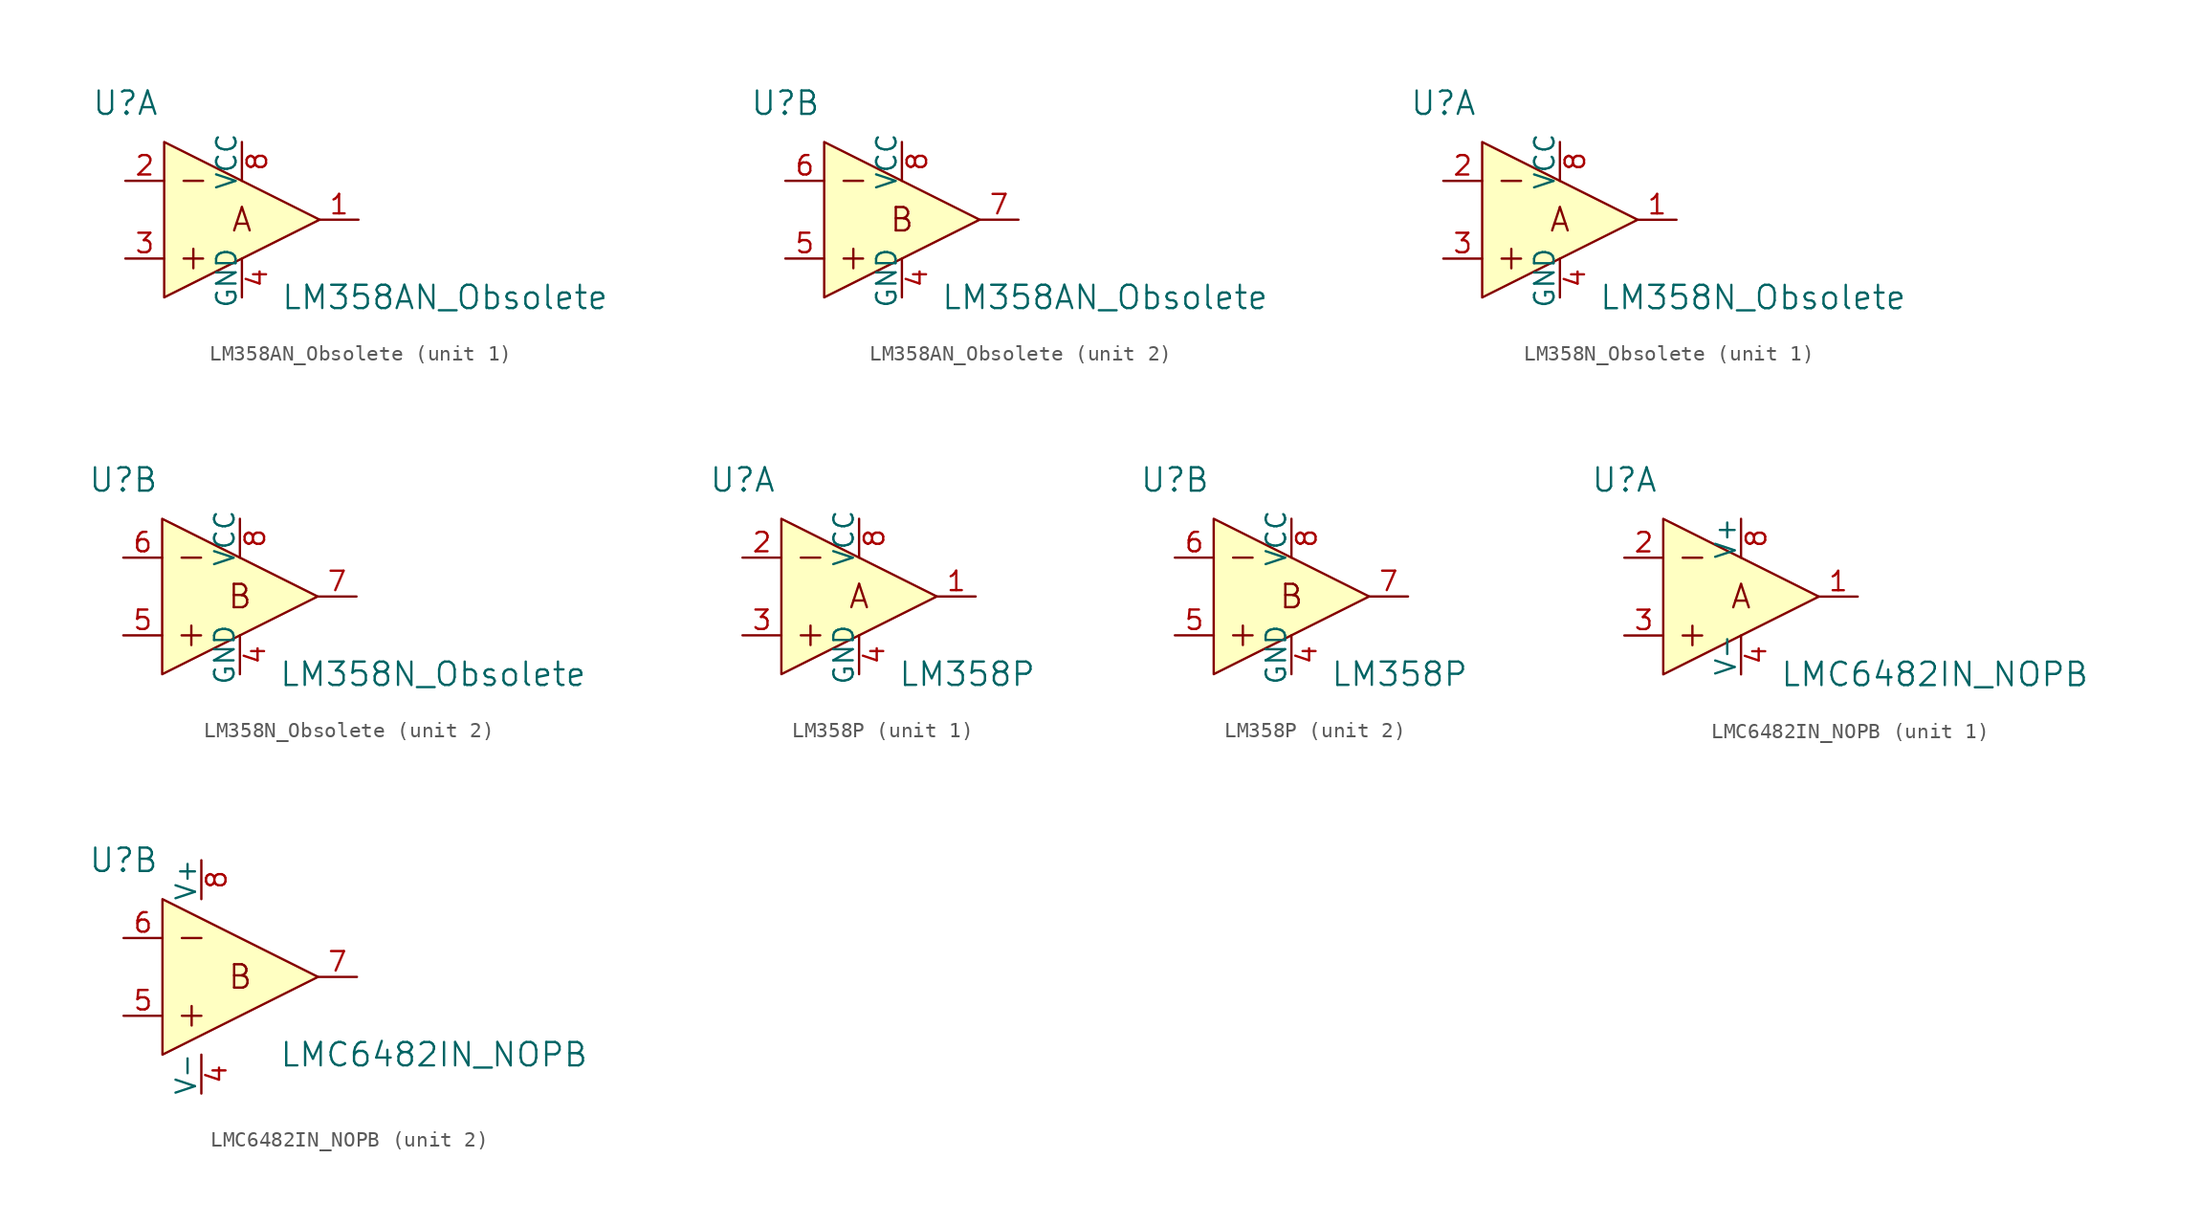
<source format=kicad_sym>
(kicad_symbol_lib
  (version 20231120)
  (generator "kicad_symbol_editor")
  (generator_version "8.0")
  (symbol "LM358AN_Obsolete"
    (pin_names
      (offset 0))
    (property "Reference" "U"
      (at -7.62 7.62 0)
      (effects (font (size 1.524 1.524))))
    (property "Value" "LM358AN_Obsolete"
      (at 2.54 -5.08 0)
      (effects (font (size 1.524 1.524)) (justify left)))
    (property "ki_locked" ""
      (at 0 0 0)
      (effects (font (size 1.27 1.27))))
    (symbol "LM358AN_Obsolete_0_1"
      (polyline (pts (xy -3.81 -2.54) (xy -2.54 -2.54)) (stroke (width 0) (type solid)) (fill (type none)))
      (polyline (pts (xy -3.81 2.54) (xy -2.54 2.54)) (stroke (width 0) (type solid)) (fill (type none)))
      (polyline (pts (xy -3.175 -1.905) (xy -3.175 -3.175)) (stroke (width 0) (type solid)) (fill (type none)))
      (polyline (pts (xy -5.08 5.08) (xy -5.08 -5.08) (xy 5.08 0) (xy -5.08 5.08)) (stroke (width 0) (type solid)) (fill (type background))))
    (symbol "LM358AN_Obsolete_1_0"
      (text "A" (at 0 0 0) (effects (font (size 1.524 1.524)))))
    (symbol "LM358AN_Obsolete_1_1"
      (pin output line (at 7.62 0 180) (length 2.54) (name "~" (effects (font (size 1.27 1.27)))) (number "1" (effects (font (size 1.27 1.27)))))
      (pin input line (at -7.62 2.54 0) (length 2.54) (name "~" (effects (font (size 1.27 1.27)))) (number "2" (effects (font (size 1.27 1.27)))))
      (pin input line (at -7.62 -2.54 0) (length 2.54) (name "~" (effects (font (size 1.27 1.27)))) (number "3" (effects (font (size 1.27 1.27)))))
      (pin power_in line (at 0 -5.08 90) (length 2.54) (name "GND" (effects (font (size 1.27 1.27)))) (number "4" (effects (font (size 1.27 1.27)))))
      (pin power_in line (at 0 5.08 270) (length 2.54) (name "VCC" (effects (font (size 1.27 1.27)))) (number "8" (effects (font (size 1.27 1.27))))))
    (symbol "LM358AN_Obsolete_2_0"
      (text "B" (at 0 0 0) (effects (font (size 1.524 1.524)))))
    (symbol "LM358AN_Obsolete_2_1"
      (pin power_in line (at 0 -5.08 90) (length 2.54) (name "GND" (effects (font (size 1.27 1.27)))) (number "4" (effects (font (size 1.27 1.27)))))
      (pin input line (at -7.62 -2.54 0) (length 2.54) (name "~" (effects (font (size 1.27 1.27)))) (number "5" (effects (font (size 1.27 1.27)))))
      (pin input line (at -7.62 2.54 0) (length 2.54) (name "~" (effects (font (size 1.27 1.27)))) (number "6" (effects (font (size 1.27 1.27)))))
      (pin output line (at 7.62 0 180) (length 2.54) (name "~" (effects (font (size 1.27 1.27)))) (number "7" (effects (font (size 1.27 1.27)))))
      (pin power_in line (at 0 5.08 270) (length 2.54) (name "VCC" (effects (font (size 1.27 1.27)))) (number "8" (effects (font (size 1.27 1.27)))))))
  (symbol "LM358N_Obsolete"
    (pin_names
      (offset 0))
    (property "Reference" "U"
      (at -7.62 7.62 0)
      (effects (font (size 1.524 1.524))))
    (property "Value" "LM358N_Obsolete"
      (at 2.54 -5.08 0)
      (effects (font (size 1.524 1.524)) (justify left)))
    (property "ki_locked" ""
      (at 0 0 0)
      (effects (font (size 1.27 1.27))))
    (symbol "LM358N_Obsolete_0_1"
      (polyline (pts (xy -3.81 -2.54) (xy -2.54 -2.54)) (stroke (width 0) (type solid)) (fill (type none)))
      (polyline (pts (xy -3.81 2.54) (xy -2.54 2.54)) (stroke (width 0) (type solid)) (fill (type none)))
      (polyline (pts (xy -3.175 -1.905) (xy -3.175 -3.175)) (stroke (width 0) (type solid)) (fill (type none)))
      (polyline (pts (xy 5.08 0) (xy -5.08 5.08) (xy -5.08 -5.08) (xy 5.08 0)) (stroke (width 0) (type solid)) (fill (type background))))
    (symbol "LM358N_Obsolete_1_0"
      (text "A" (at 0 0 0) (effects (font (size 1.524 1.524)))))
    (symbol "LM358N_Obsolete_1_1"
      (pin output line (at 7.62 0 180) (length 2.54) (name "~" (effects (font (size 1.27 1.27)))) (number "1" (effects (font (size 1.27 1.27)))))
      (pin input line (at -7.62 2.54 0) (length 2.54) (name "~" (effects (font (size 1.27 1.27)))) (number "2" (effects (font (size 1.27 1.27)))))
      (pin input line (at -7.62 -2.54 0) (length 2.54) (name "~" (effects (font (size 1.27 1.27)))) (number "3" (effects (font (size 1.27 1.27)))))
      (pin power_in line (at 0 -5.08 90) (length 2.54) (name "GND" (effects (font (size 1.27 1.27)))) (number "4" (effects (font (size 1.27 1.27)))))
      (pin power_in line (at 0 5.08 270) (length 2.54) (name "VCC" (effects (font (size 1.27 1.27)))) (number "8" (effects (font (size 1.27 1.27))))))
    (symbol "LM358N_Obsolete_2_0"
      (text "B" (at 0 0 0) (effects (font (size 1.524 1.524)))))
    (symbol "LM358N_Obsolete_2_1"
      (pin power_in line (at 0 -5.08 90) (length 2.54) (name "GND" (effects (font (size 1.27 1.27)))) (number "4" (effects (font (size 1.27 1.27)))))
      (pin input line (at -7.62 -2.54 0) (length 2.54) (name "~" (effects (font (size 1.27 1.27)))) (number "5" (effects (font (size 1.27 1.27)))))
      (pin input line (at -7.62 2.54 0) (length 2.54) (name "~" (effects (font (size 1.27 1.27)))) (number "6" (effects (font (size 1.27 1.27)))))
      (pin output line (at 7.62 0 180) (length 2.54) (name "~" (effects (font (size 1.27 1.27)))) (number "7" (effects (font (size 1.27 1.27)))))
      (pin power_in line (at 0 5.08 270) (length 2.54) (name "VCC" (effects (font (size 1.27 1.27)))) (number "8" (effects (font (size 1.27 1.27)))))))
  (symbol "LM358P"
    (pin_names
      (offset 0))
    (property "Reference" "U"
      (at -7.62 7.62 0)
      (effects (font (size 1.524 1.524))))
    (property "Value" "LM358P"
      (at 2.54 -5.08 0)
      (effects (font (size 1.524 1.524)) (justify left)))
    (property "ki_locked" ""
      (at 0 0 0)
      (effects (font (size 1.27 1.27))))
    (symbol "LM358P_0_1"
      (polyline (pts (xy -3.81 -2.54) (xy -2.54 -2.54)) (stroke (width 0) (type solid)) (fill (type none)))
      (polyline (pts (xy -3.81 2.54) (xy -2.54 2.54)) (stroke (width 0) (type solid)) (fill (type none)))
      (polyline (pts (xy -3.175 -1.905) (xy -3.175 -3.175)) (stroke (width 0) (type solid)) (fill (type none)))
      (polyline (pts (xy -5.08 5.08) (xy -5.08 -5.08) (xy 5.08 0) (xy -5.08 5.08)) (stroke (width 0) (type solid)) (fill (type background))))
    (symbol "LM358P_1_0"
      (text "A" (at 0 0 0) (effects (font (size 1.524 1.524)))))
    (symbol "LM358P_1_1"
      (pin output line (at 7.62 0 180) (length 2.54) (name "~" (effects (font (size 1.27 1.27)))) (number "1" (effects (font (size 1.27 1.27)))))
      (pin input line (at -7.62 2.54 0) (length 2.54) (name "~" (effects (font (size 1.27 1.27)))) (number "2" (effects (font (size 1.27 1.27)))))
      (pin input line (at -7.62 -2.54 0) (length 2.54) (name "~" (effects (font (size 1.27 1.27)))) (number "3" (effects (font (size 1.27 1.27)))))
      (pin power_in line (at 0 -5.08 90) (length 2.54) (name "GND" (effects (font (size 1.27 1.27)))) (number "4" (effects (font (size 1.27 1.27)))))
      (pin power_in line (at 0 5.08 270) (length 2.54) (name "VCC" (effects (font (size 1.27 1.27)))) (number "8" (effects (font (size 1.27 1.27))))))
    (symbol "LM358P_2_0"
      (text "B" (at 0 0 0) (effects (font (size 1.524 1.524)))))
    (symbol "LM358P_2_1"
      (pin power_in line (at 0 -5.08 90) (length 2.54) (name "GND" (effects (font (size 1.27 1.27)))) (number "4" (effects (font (size 1.27 1.27)))))
      (pin input line (at -7.62 -2.54 0) (length 2.54) (name "~" (effects (font (size 1.27 1.27)))) (number "5" (effects (font (size 1.27 1.27)))))
      (pin input line (at -7.62 2.54 0) (length 2.54) (name "~" (effects (font (size 1.27 1.27)))) (number "6" (effects (font (size 1.27 1.27)))))
      (pin output line (at 7.62 0 180) (length 2.54) (name "~" (effects (font (size 1.27 1.27)))) (number "7" (effects (font (size 1.27 1.27)))))
      (pin power_in line (at 0 5.08 270) (length 2.54) (name "VCC" (effects (font (size 1.27 1.27)))) (number "8" (effects (font (size 1.27 1.27)))))))
  (symbol "LMC6482IN_NOPB"
    (pin_names
      (offset 0))
    (property "Reference" "U"
      (at -7.62 7.62 0)
      (effects (font (size 1.524 1.524))))
    (property "Value" "LMC6482IN_NOPB"
      (at 2.54 -5.08 0)
      (effects (font (size 1.524 1.524)) (justify left)))
    (property "ki_locked" ""
      (at 0 0 0)
      (effects (font (size 1.27 1.27))))
    (symbol "LMC6482IN_NOPB_0_1"
      (polyline (pts (xy -3.81 -2.54) (xy -2.54 -2.54)) (stroke (width 0) (type solid)) (fill (type none)))
      (polyline (pts (xy -3.81 2.54) (xy -2.54 2.54)) (stroke (width 0) (type solid)) (fill (type none)))
      (polyline (pts (xy -3.175 -1.905) (xy -3.175 -3.175)) (stroke (width 0) (type solid)) (fill (type none)))
      (polyline (pts (xy -5.08 5.08) (xy -5.08 -5.08) (xy 5.08 0) (xy -5.08 5.08)) (stroke (width 0) (type solid)) (fill (type background))))
    (symbol "LMC6482IN_NOPB_1_0"
      (text "A" (at 0 0 0) (effects (font (size 1.524 1.524)))))
    (symbol "LMC6482IN_NOPB_1_1"
      (pin output line (at 7.62 0 180) (length 2.54) (name "~" (effects (font (size 1.27 1.27)))) (number "1" (effects (font (size 1.27 1.27)))))
      (pin input line (at -7.62 2.54 0) (length 2.54) (name "~" (effects (font (size 1.27 1.27)))) (number "2" (effects (font (size 1.27 1.27)))))
      (pin input line (at -7.62 -2.54 0) (length 2.54) (name "~" (effects (font (size 1.27 1.27)))) (number "3" (effects (font (size 1.27 1.27)))))
      (pin power_in line (at 0 -5.08 90) (length 2.54) (name "V-" (effects (font (size 1.27 1.27)))) (number "4" (effects (font (size 1.27 1.27)))))
      (pin power_in line (at 0 5.08 270) (length 2.54) (name "V+" (effects (font (size 1.27 1.27)))) (number "8" (effects (font (size 1.27 1.27))))))
    (symbol "LMC6482IN_NOPB_2_0"
      (text "B" (at 0 0 0) (effects (font (size 1.524 1.524)))))
    (symbol "LMC6482IN_NOPB_2_1"
      (pin power_in line (at -2.54 -7.62 90) (length 2.54) (name "V-" (effects (font (size 1.27 1.27)))) (number "4" (effects (font (size 1.27 1.27)))))
      (pin input line (at -7.62 -2.54 0) (length 2.54) (name "~" (effects (font (size 1.27 1.27)))) (number "5" (effects (font (size 1.27 1.27)))))
      (pin input line (at -7.62 2.54 0) (length 2.54) (name "~" (effects (font (size 1.27 1.27)))) (number "6" (effects (font (size 1.27 1.27)))))
      (pin output line (at 7.62 0 180) (length 2.54) (name "~" (effects (font (size 1.27 1.27)))) (number "7" (effects (font (size 1.27 1.27)))))
      (pin power_in line (at -2.54 7.62 270) (length 2.54) (name "V+" (effects (font (size 1.27 1.27)))) (number "8" (effects (font (size 1.27 1.27))))))))
</source>
